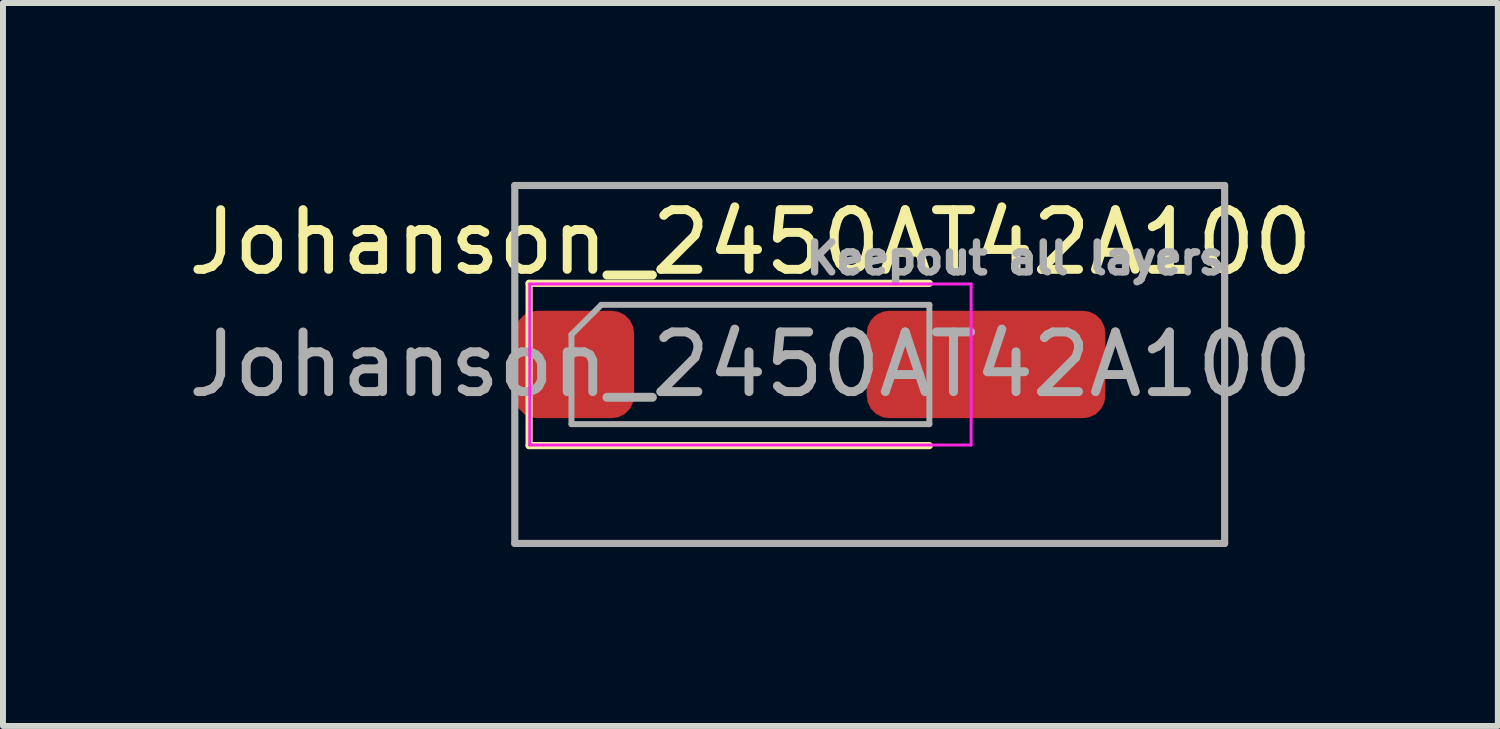
<source format=kicad_pcb>
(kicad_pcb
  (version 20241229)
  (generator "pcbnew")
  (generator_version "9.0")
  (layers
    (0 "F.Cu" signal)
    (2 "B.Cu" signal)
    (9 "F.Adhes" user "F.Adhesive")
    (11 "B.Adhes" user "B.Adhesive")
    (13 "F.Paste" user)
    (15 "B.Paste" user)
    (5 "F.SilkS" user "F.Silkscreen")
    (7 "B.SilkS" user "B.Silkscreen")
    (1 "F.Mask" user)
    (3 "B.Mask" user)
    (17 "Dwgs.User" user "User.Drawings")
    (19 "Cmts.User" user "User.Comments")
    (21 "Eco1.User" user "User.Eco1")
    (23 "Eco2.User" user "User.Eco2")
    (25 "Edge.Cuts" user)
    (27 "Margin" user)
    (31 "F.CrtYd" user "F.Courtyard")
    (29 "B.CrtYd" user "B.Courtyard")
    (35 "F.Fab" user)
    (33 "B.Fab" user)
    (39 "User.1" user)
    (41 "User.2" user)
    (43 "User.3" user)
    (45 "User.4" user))
  (footprint "Johanson_2450AT42A100"
    (layer "F.Cu")
    (at 9.53 3.06)
    (property "Reference" "Johanson_2450AT42A100" (at 0 -2.05 0) (layer "F.SilkS") (effects (font (size 1 1) (thickness 0.15))))
    (attr smd)
    (fp_line (start -3.71 -1.36) (end -3.71 1.36) (stroke (width 0.12) (type solid)) (layer "F.SilkS"))
    (fp_line (start -3.71 1.36) (end 3 1.36) (stroke (width 0.12) (type solid)) (layer "F.SilkS"))
    (fp_line (start 3 -1.36) (end -3.71 -1.36) (stroke (width 0.12) (type solid)) (layer "F.SilkS"))
    (fp_line (start -3.7 -1.35) (end 3.7 -1.35) (stroke (width 0.05) (type solid)) (layer "F.CrtYd"))
    (fp_line (start -3.7 1.35) (end -3.7 -1.35) (stroke (width 0.05) (type solid)) (layer "F.CrtYd"))
    (fp_line (start 3.7 -1.35) (end 3.7 1.35) (stroke (width 0.05) (type solid)) (layer "F.CrtYd"))
    (fp_line (start 3.7 1.35) (end -3.7 1.35) (stroke (width 0.05) (type solid)) (layer "F.CrtYd"))
    (fp_line (start -3.95 -3) (end -3.95 3) (stroke (width 0.12) (type solid)) (layer "F.Fab"))
    (fp_line (start -3.95 3) (end 7.95 3) (stroke (width 0.12) (type solid)) (layer "F.Fab"))
    (fp_line (start -3 -0.5) (end -3 1) (stroke (width 0.1) (type solid)) (layer "F.Fab"))
    (fp_line (start -3 1) (end 3 1) (stroke (width 0.1) (type solid)) (layer "F.Fab"))
    (fp_line (start -2.5 -1) (end -3 -0.5) (stroke (width 0.1) (type solid)) (layer "F.Fab"))
    (fp_line (start 3 -1) (end -2.5 -1) (stroke (width 0.1) (type solid)) (layer "F.Fab"))
    (fp_line (start 3 1) (end 3 -1) (stroke (width 0.1) (type solid)) (layer "F.Fab"))
    (fp_line (start 7.95 -3) (end -3.95 -3) (stroke (width 0.12) (type solid)) (layer "F.Fab"))
    (fp_line (start 7.95 3) (end 7.95 -3) (stroke (width 0.12) (type solid)) (layer "F.Fab"))
    (fp_text user "${REFERENCE}" (at 0 0 0) (layer "F.Fab") (effects (font (size 1 1) (thickness 0.15))))
    (fp_text user "Keepout all layers" (at 4.445 -1.778 0) (layer "F.Fab") (effects (font (size 0.5 0.5) (thickness 0.125))))
    (pad "1" smd roundrect (at -2.95 0) (size 2 1.8) (layers "F.Cu" "F.Mask" "F.Paste") (roundrect_rratio 0.208))
    (pad "2" smd roundrect (at 3.95 0) (size 4 1.8) (layers "F.Cu" "F.Mask" "F.Paste") (roundrect_rratio 0.208)))
  (gr_rect
    (start -3 -3)
    (end 22.06 9.12)
    (stroke (width 0.1) (type default))
    (fill no)
    (layer "Edge.Cuts")))
</source>
